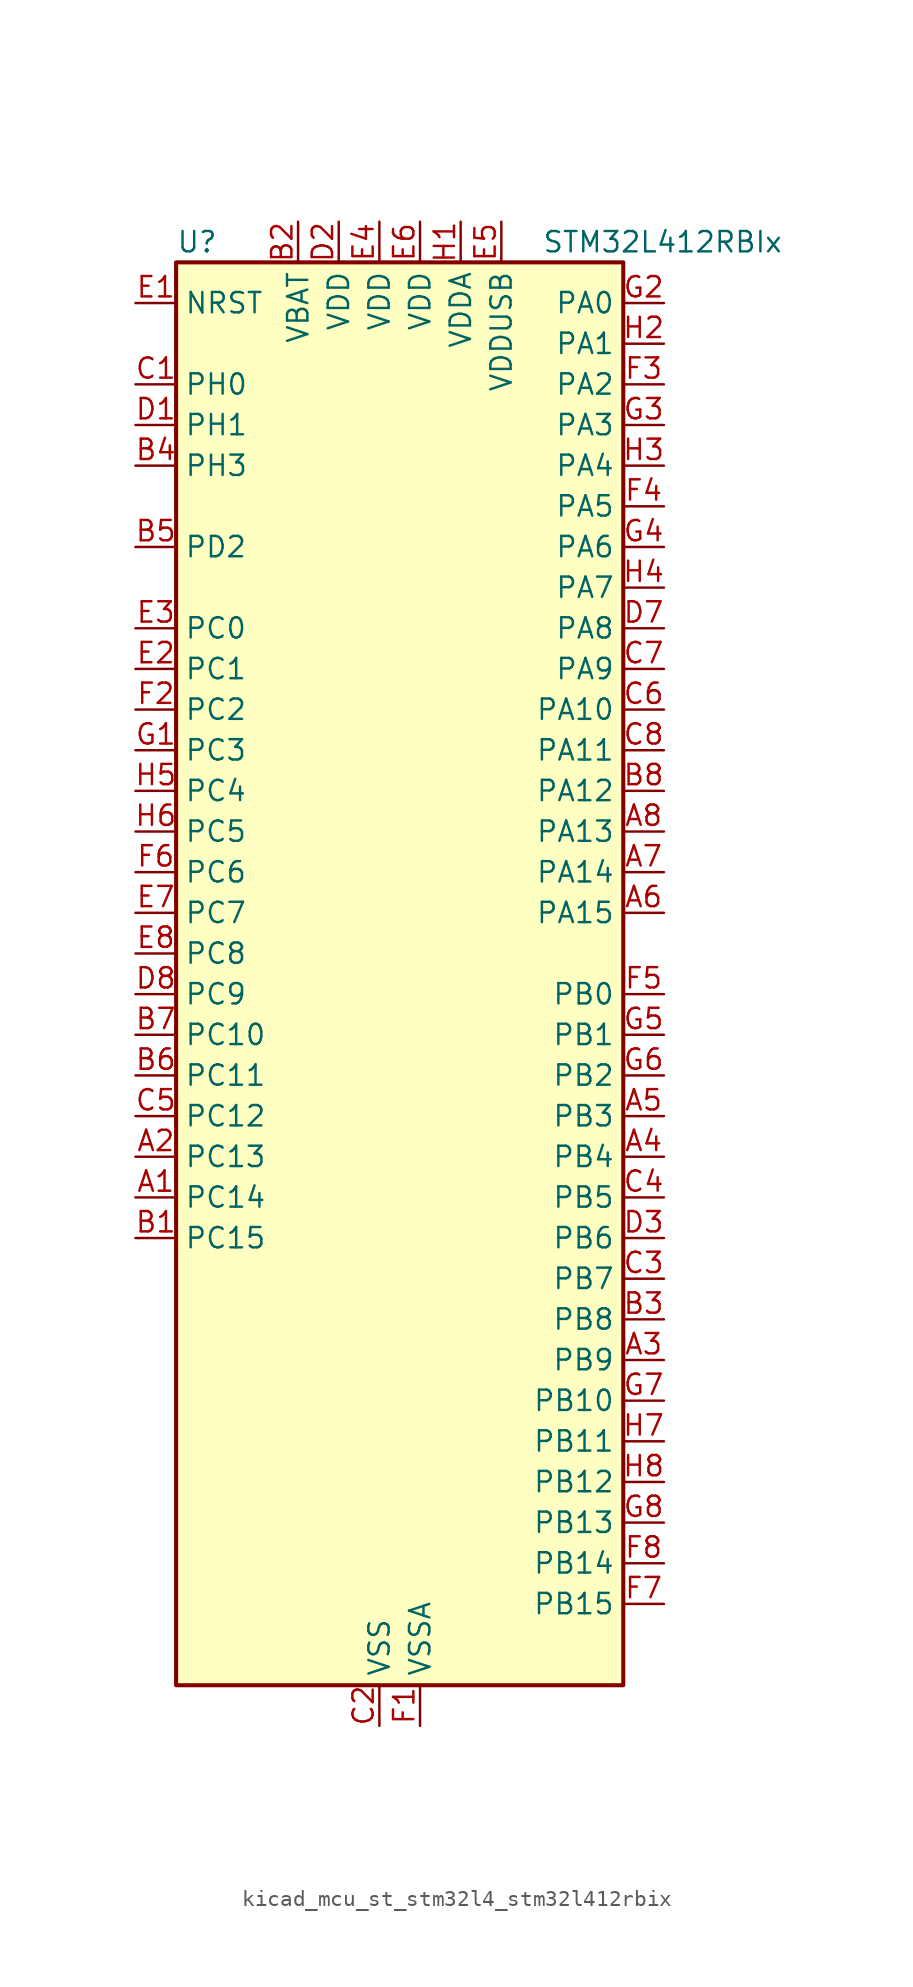
<source format=kicad_sym>
(kicad_symbol_lib
  (version 20220914)
  (generator kicad_symbol_editor)
  (symbol "kicad_mcu_st_stm32l4_stm32l412rbix"
    (property "Reference" "U"
      (at -12.7 46.99 0)
      (effects (font (size 1.27 1.27)) (justify left)))
    (property "Value" "STM32L412RBIx"
      (at 10.16 46.99 0)
      (effects (font (size 1.27 1.27)) (justify left)))
    (property "ki_locked" ""
      (at 0 0 0)
      (effects (font (size 1.27 1.27))))
    (symbol "kicad_mcu_st_stm32l4_stm32l412rbix_0_1"
      (rectangle (start -12.7 -43.18) (end 15.24 45.72) (stroke (width 0.254) (type default)) (fill (type background))))
    (symbol "kicad_mcu_st_stm32l4_stm32l412rbix_1_1"
      (pin bidirectional line (at -15.24 -12.7 0) (length 2.54) (name "PC14" (effects (font (size 1.27 1.27)))) (number "A1" (effects (font (size 1.27 1.27)))) (alternate "RCC_OSC32_IN" bidirectional line))
      (pin bidirectional line (at -15.24 -10.16 0) (length 2.54) (name "PC13" (effects (font (size 1.27 1.27)))) (number "A2" (effects (font (size 1.27 1.27)))) (alternate "RTC_OUT_ALARM" bidirectional line) (alternate "RTC_OUT_CALIB" bidirectional line) (alternate "RTC_TAMP1" bidirectional line) (alternate "RTC_TS" bidirectional line) (alternate "SYS_WKUP2" bidirectional line))
      (pin bidirectional line (at 17.78 -22.86 180) (length 2.54) (name "PB9" (effects (font (size 1.27 1.27)))) (number "A3" (effects (font (size 1.27 1.27)))) (alternate "I2C1_SDA" bidirectional line) (alternate "IR_OUT" bidirectional line) (alternate "SPI2_NSS" bidirectional line))
      (pin bidirectional line (at 17.78 -10.16 180) (length 2.54) (name "PB4" (effects (font (size 1.27 1.27)))) (number "A4" (effects (font (size 1.27 1.27)))) (alternate "I2C3_SDA" bidirectional line) (alternate "SPI1_MISO" bidirectional line) (alternate "SYS_JTRST" bidirectional line) (alternate "TSC_G2_IO1" bidirectional line) (alternate "USART1_CTS" bidirectional line))
      (pin bidirectional line (at 17.78 -7.62 180) (length 2.54) (name "PB3" (effects (font (size 1.27 1.27)))) (number "A5" (effects (font (size 1.27 1.27)))) (alternate "SPI1_SCK" bidirectional line) (alternate "SYS_JTDO-SWO" bidirectional line) (alternate "TIM2_CH2" bidirectional line) (alternate "USART1_DE" bidirectional line) (alternate "USART1_RTS" bidirectional line))
      (pin bidirectional line (at 17.78 5.08 180) (length 2.54) (name "PA15" (effects (font (size 1.27 1.27)))) (number "A6" (effects (font (size 1.27 1.27)))) (alternate "ADC1_EXTI15" bidirectional line) (alternate "ADC2_EXTI15" bidirectional line) (alternate "SPI1_NSS" bidirectional line) (alternate "SYS_JTDI" bidirectional line) (alternate "TIM2_CH1" bidirectional line) (alternate "TIM2_ETR" bidirectional line) (alternate "TSC_G3_IO1" bidirectional line) (alternate "USART2_RX" bidirectional line) (alternate "USART3_DE" bidirectional line) (alternate "USART3_RTS" bidirectional line))
      (pin bidirectional line (at 17.78 7.62 180) (length 2.54) (name "PA14" (effects (font (size 1.27 1.27)))) (number "A7" (effects (font (size 1.27 1.27)))) (alternate "I2C1_SMBA" bidirectional line) (alternate "LPTIM1_OUT" bidirectional line) (alternate "SYS_JTCK-SWCLK" bidirectional line))
      (pin bidirectional line (at 17.78 10.16 180) (length 2.54) (name "PA13" (effects (font (size 1.27 1.27)))) (number "A8" (effects (font (size 1.27 1.27)))) (alternate "IR_OUT" bidirectional line) (alternate "SYS_JTMS-SWDIO" bidirectional line) (alternate "USB_NOE" bidirectional line))
      (pin bidirectional line (at -15.24 -15.24 0) (length 2.54) (name "PC15" (effects (font (size 1.27 1.27)))) (number "B1" (effects (font (size 1.27 1.27)))) (alternate "ADC1_EXTI15" bidirectional line) (alternate "ADC2_EXTI15" bidirectional line) (alternate "RCC_OSC32_OUT" bidirectional line))
      (pin power_in line (at -5.08 48.26 270) (length 2.54) (name "VBAT" (effects (font (size 1.27 1.27)))) (number "B2" (effects (font (size 1.27 1.27)))))
      (pin bidirectional line (at 17.78 -20.32 180) (length 2.54) (name "PB8" (effects (font (size 1.27 1.27)))) (number "B3" (effects (font (size 1.27 1.27)))) (alternate "I2C1_SCL" bidirectional line) (alternate "TIM16_CH1" bidirectional line))
      (pin bidirectional line (at -15.24 33.02 0) (length 2.54) (name "PH3" (effects (font (size 1.27 1.27)))) (number "B4" (effects (font (size 1.27 1.27)))))
      (pin bidirectional line (at -15.24 27.94 0) (length 2.54) (name "PD2" (effects (font (size 1.27 1.27)))) (number "B5" (effects (font (size 1.27 1.27)))) (alternate "SYS_TRACED2" bidirectional line) (alternate "TSC_SYNC" bidirectional line) (alternate "USART3_DE" bidirectional line) (alternate "USART3_RTS" bidirectional line))
      (pin bidirectional line (at -15.24 -5.08 0) (length 2.54) (name "PC11" (effects (font (size 1.27 1.27)))) (number "B6" (effects (font (size 1.27 1.27)))) (alternate "ADC1_EXTI11" bidirectional line) (alternate "ADC2_EXTI11" bidirectional line) (alternate "TSC_G3_IO3" bidirectional line) (alternate "USART3_RX" bidirectional line))
      (pin bidirectional line (at -15.24 -2.54 0) (length 2.54) (name "PC10" (effects (font (size 1.27 1.27)))) (number "B7" (effects (font (size 1.27 1.27)))) (alternate "SYS_TRACED1" bidirectional line) (alternate "TSC_G3_IO2" bidirectional line) (alternate "USART3_TX" bidirectional line))
      (pin bidirectional line (at 17.78 12.7 180) (length 2.54) (name "PA12" (effects (font (size 1.27 1.27)))) (number "B8" (effects (font (size 1.27 1.27)))) (alternate "SPI1_MOSI" bidirectional line) (alternate "TIM1_ETR" bidirectional line) (alternate "USART1_DE" bidirectional line) (alternate "USART1_RTS" bidirectional line) (alternate "USB_DP" bidirectional line))
      (pin bidirectional line (at -15.24 38.1 0) (length 2.54) (name "PH0" (effects (font (size 1.27 1.27)))) (number "C1" (effects (font (size 1.27 1.27)))) (alternate "RCC_OSC_IN" bidirectional line))
      (pin power_in line (at 0 -45.72 90) (length 2.54) (name "VSS" (effects (font (size 1.27 1.27)))) (number "C2" (effects (font (size 1.27 1.27)))))
      (pin bidirectional line (at 17.78 -17.78 180) (length 2.54) (name "PB7" (effects (font (size 1.27 1.27)))) (number "C3" (effects (font (size 1.27 1.27)))) (alternate "I2C1_SDA" bidirectional line) (alternate "LPTIM1_IN2" bidirectional line) (alternate "SYS_PVD_IN" bidirectional line) (alternate "SYS_TRACECLK" bidirectional line) (alternate "TSC_G2_IO4" bidirectional line) (alternate "USART1_RX" bidirectional line))
      (pin bidirectional line (at 17.78 -12.7 180) (length 2.54) (name "PB5" (effects (font (size 1.27 1.27)))) (number "C4" (effects (font (size 1.27 1.27)))) (alternate "I2C1_SMBA" bidirectional line) (alternate "LPTIM1_IN1" bidirectional line) (alternate "SPI1_MOSI" bidirectional line) (alternate "SYS_TRACED2" bidirectional line) (alternate "TIM16_BKIN" bidirectional line) (alternate "TSC_G2_IO2" bidirectional line) (alternate "USART1_CK" bidirectional line))
      (pin bidirectional line (at -15.24 -7.62 0) (length 2.54) (name "PC12" (effects (font (size 1.27 1.27)))) (number "C5" (effects (font (size 1.27 1.27)))) (alternate "SYS_TRACED3" bidirectional line) (alternate "TSC_G3_IO4" bidirectional line) (alternate "USART3_CK" bidirectional line))
      (pin bidirectional line (at 17.78 17.78 180) (length 2.54) (name "PA10" (effects (font (size 1.27 1.27)))) (number "C6" (effects (font (size 1.27 1.27)))) (alternate "CRS_SYNC" bidirectional line) (alternate "I2C1_SDA" bidirectional line) (alternate "TIM1_CH3" bidirectional line) (alternate "USART1_RX" bidirectional line))
      (pin bidirectional line (at 17.78 20.32 180) (length 2.54) (name "PA9" (effects (font (size 1.27 1.27)))) (number "C7" (effects (font (size 1.27 1.27)))) (alternate "I2C1_SCL" bidirectional line) (alternate "TIM15_BKIN" bidirectional line) (alternate "TIM1_CH2" bidirectional line) (alternate "USART1_TX" bidirectional line))
      (pin bidirectional line (at 17.78 15.24 180) (length 2.54) (name "PA11" (effects (font (size 1.27 1.27)))) (number "C8" (effects (font (size 1.27 1.27)))) (alternate "ADC1_EXTI11" bidirectional line) (alternate "ADC2_EXTI11" bidirectional line) (alternate "COMP1_OUT" bidirectional line) (alternate "SPI1_MISO" bidirectional line) (alternate "TIM1_BKIN2" bidirectional line) (alternate "TIM1_BKIN2_COMP1" bidirectional line) (alternate "TIM1_CH4" bidirectional line) (alternate "USART1_CTS" bidirectional line) (alternate "USB_DM" bidirectional line))
      (pin bidirectional line (at -15.24 35.56 0) (length 2.54) (name "PH1" (effects (font (size 1.27 1.27)))) (number "D1" (effects (font (size 1.27 1.27)))) (alternate "RCC_OSC_OUT" bidirectional line))
      (pin power_in line (at -2.54 48.26 270) (length 2.54) (name "VDD" (effects (font (size 1.27 1.27)))) (number "D2" (effects (font (size 1.27 1.27)))))
      (pin bidirectional line (at 17.78 -15.24 180) (length 2.54) (name "PB6" (effects (font (size 1.27 1.27)))) (number "D3" (effects (font (size 1.27 1.27)))) (alternate "I2C1_SCL" bidirectional line) (alternate "LPTIM1_ETR" bidirectional line) (alternate "SYS_TRACED3" bidirectional line) (alternate "TIM16_CH1N" bidirectional line) (alternate "TSC_G2_IO3" bidirectional line) (alternate "USART1_TX" bidirectional line))
      (pin passive line (at 0 -45.72 90) (length 2.54) hide (name "VSS" (effects (font (size 1.27 1.27)))) (number "D4" (effects (font (size 1.27 1.27)))))
      (pin passive line (at 0 -45.72 90) (length 2.54) hide (name "VSS" (effects (font (size 1.27 1.27)))) (number "D5" (effects (font (size 1.27 1.27)))))
      (pin passive line (at 0 -45.72 90) (length 2.54) hide (name "VSS" (effects (font (size 1.27 1.27)))) (number "D6" (effects (font (size 1.27 1.27)))))
      (pin bidirectional line (at 17.78 22.86 180) (length 2.54) (name "PA8" (effects (font (size 1.27 1.27)))) (number "D7" (effects (font (size 1.27 1.27)))) (alternate "LPTIM2_OUT" bidirectional line) (alternate "RCC_MCO" bidirectional line) (alternate "TIM1_CH1" bidirectional line) (alternate "USART1_CK" bidirectional line))
      (pin bidirectional line (at -15.24 0 0) (length 2.54) (name "PC9" (effects (font (size 1.27 1.27)))) (number "D8" (effects (font (size 1.27 1.27)))) (alternate "TSC_G4_IO4" bidirectional line) (alternate "USB_NOE" bidirectional line))
      (pin input line (at -15.24 43.18 0) (length 2.54) (name "NRST" (effects (font (size 1.27 1.27)))) (number "E1" (effects (font (size 1.27 1.27)))))
      (pin bidirectional line (at -15.24 20.32 0) (length 2.54) (name "PC1" (effects (font (size 1.27 1.27)))) (number "E2" (effects (font (size 1.27 1.27)))) (alternate "ADC1_IN2" bidirectional line) (alternate "ADC2_IN2" bidirectional line) (alternate "I2C3_SDA" bidirectional line) (alternate "LPTIM1_OUT" bidirectional line) (alternate "LPUART1_TX" bidirectional line) (alternate "SYS_TRACED0" bidirectional line))
      (pin bidirectional line (at -15.24 22.86 0) (length 2.54) (name "PC0" (effects (font (size 1.27 1.27)))) (number "E3" (effects (font (size 1.27 1.27)))) (alternate "ADC1_IN1" bidirectional line) (alternate "ADC2_IN1" bidirectional line) (alternate "I2C3_SCL" bidirectional line) (alternate "LPTIM1_IN1" bidirectional line) (alternate "LPTIM2_IN1" bidirectional line) (alternate "LPUART1_RX" bidirectional line) (alternate "SYS_TRACECLK" bidirectional line))
      (pin power_in line (at 0 48.26 270) (length 2.54) (name "VDD" (effects (font (size 1.27 1.27)))) (number "E4" (effects (font (size 1.27 1.27)))))
      (pin power_in line (at 7.62 48.26 270) (length 2.54) (name "VDDUSB" (effects (font (size 1.27 1.27)))) (number "E5" (effects (font (size 1.27 1.27)))))
      (pin power_in line (at 2.54 48.26 270) (length 2.54) (name "VDD" (effects (font (size 1.27 1.27)))) (number "E6" (effects (font (size 1.27 1.27)))))
      (pin bidirectional line (at -15.24 5.08 0) (length 2.54) (name "PC7" (effects (font (size 1.27 1.27)))) (number "E7" (effects (font (size 1.27 1.27)))) (alternate "TSC_G4_IO2" bidirectional line))
      (pin bidirectional line (at -15.24 2.54 0) (length 2.54) (name "PC8" (effects (font (size 1.27 1.27)))) (number "E8" (effects (font (size 1.27 1.27)))) (alternate "TSC_G4_IO3" bidirectional line))
      (pin power_in line (at 2.54 -45.72 90) (length 2.54) (name "VSSA" (effects (font (size 1.27 1.27)))) (number "F1" (effects (font (size 1.27 1.27)))))
      (pin bidirectional line (at -15.24 17.78 0) (length 2.54) (name "PC2" (effects (font (size 1.27 1.27)))) (number "F2" (effects (font (size 1.27 1.27)))) (alternate "ADC1_IN3" bidirectional line) (alternate "ADC2_IN3" bidirectional line) (alternate "LPTIM1_IN2" bidirectional line) (alternate "SPI2_MISO" bidirectional line))
      (pin bidirectional line (at 17.78 38.1 180) (length 2.54) (name "PA2" (effects (font (size 1.27 1.27)))) (number "F3" (effects (font (size 1.27 1.27)))) (alternate "ADC1_IN7" bidirectional line) (alternate "ADC2_IN7" bidirectional line) (alternate "LPUART1_TX" bidirectional line) (alternate "QUADSPI_BK1_NCS" bidirectional line) (alternate "RCC_LSCO" bidirectional line) (alternate "SYS_WKUP4" bidirectional line) (alternate "TIM15_CH1" bidirectional line) (alternate "TIM2_CH3" bidirectional line) (alternate "USART2_TX" bidirectional line))
      (pin bidirectional line (at 17.78 30.48 180) (length 2.54) (name "PA5" (effects (font (size 1.27 1.27)))) (number "F4" (effects (font (size 1.27 1.27)))) (alternate "ADC1_IN10" bidirectional line) (alternate "ADC2_IN10" bidirectional line) (alternate "COMP1_INM" bidirectional line) (alternate "LPTIM2_ETR" bidirectional line) (alternate "SPI1_SCK" bidirectional line) (alternate "TIM2_CH1" bidirectional line) (alternate "TIM2_ETR" bidirectional line))
      (pin bidirectional line (at 17.78 0 180) (length 2.54) (name "PB0" (effects (font (size 1.27 1.27)))) (number "F5" (effects (font (size 1.27 1.27)))) (alternate "ADC1_IN15" bidirectional line) (alternate "ADC2_IN15" bidirectional line) (alternate "COMP1_OUT" bidirectional line) (alternate "QUADSPI_BK1_IO1" bidirectional line) (alternate "SPI1_NSS" bidirectional line) (alternate "SYS_TRACED0" bidirectional line) (alternate "TIM1_CH2N" bidirectional line) (alternate "USART3_CK" bidirectional line))
      (pin bidirectional line (at -15.24 7.62 0) (length 2.54) (name "PC6" (effects (font (size 1.27 1.27)))) (number "F6" (effects (font (size 1.27 1.27)))) (alternate "TSC_G4_IO1" bidirectional line))
      (pin bidirectional line (at 17.78 -38.1 180) (length 2.54) (name "PB15" (effects (font (size 1.27 1.27)))) (number "F7" (effects (font (size 1.27 1.27)))) (alternate "ADC1_EXTI15" bidirectional line) (alternate "ADC2_EXTI15" bidirectional line) (alternate "RTC_REFIN" bidirectional line) (alternate "SPI2_MOSI" bidirectional line) (alternate "TIM15_CH2" bidirectional line) (alternate "TIM1_CH3N" bidirectional line) (alternate "TSC_G1_IO4" bidirectional line))
      (pin bidirectional line (at 17.78 -35.56 180) (length 2.54) (name "PB14" (effects (font (size 1.27 1.27)))) (number "F8" (effects (font (size 1.27 1.27)))) (alternate "I2C2_SDA" bidirectional line) (alternate "SPI2_MISO" bidirectional line) (alternate "TIM15_CH1" bidirectional line) (alternate "TIM1_CH2N" bidirectional line) (alternate "TSC_G1_IO3" bidirectional line) (alternate "USART3_DE" bidirectional line) (alternate "USART3_RTS" bidirectional line))
      (pin bidirectional line (at -15.24 15.24 0) (length 2.54) (name "PC3" (effects (font (size 1.27 1.27)))) (number "G1" (effects (font (size 1.27 1.27)))) (alternate "ADC1_IN4" bidirectional line) (alternate "ADC2_IN4" bidirectional line) (alternate "LPTIM1_ETR" bidirectional line) (alternate "LPTIM2_ETR" bidirectional line) (alternate "SPI2_MOSI" bidirectional line))
      (pin bidirectional line (at 17.78 43.18 180) (length 2.54) (name "PA0" (effects (font (size 1.27 1.27)))) (number "G2" (effects (font (size 1.27 1.27)))) (alternate "ADC1_IN5" bidirectional line) (alternate "COMP1_INM" bidirectional line) (alternate "COMP1_OUT" bidirectional line) (alternate "OPAMP1_VINP" bidirectional line) (alternate "RTC_TAMP2" bidirectional line) (alternate "SYS_WKUP1" bidirectional line) (alternate "TIM2_CH1" bidirectional line) (alternate "TIM2_ETR" bidirectional line) (alternate "USART2_CTS" bidirectional line))
      (pin bidirectional line (at 17.78 35.56 180) (length 2.54) (name "PA3" (effects (font (size 1.27 1.27)))) (number "G3" (effects (font (size 1.27 1.27)))) (alternate "ADC1_IN8" bidirectional line) (alternate "ADC2_IN8" bidirectional line) (alternate "LPUART1_RX" bidirectional line) (alternate "OPAMP1_VOUT" bidirectional line) (alternate "QUADSPI_CLK" bidirectional line) (alternate "TIM15_CH2" bidirectional line) (alternate "TIM2_CH4" bidirectional line) (alternate "USART2_RX" bidirectional line))
      (pin bidirectional line (at 17.78 27.94 180) (length 2.54) (name "PA6" (effects (font (size 1.27 1.27)))) (number "G4" (effects (font (size 1.27 1.27)))) (alternate "ADC1_IN11" bidirectional line) (alternate "ADC2_IN11" bidirectional line) (alternate "COMP1_OUT" bidirectional line) (alternate "LPUART1_CTS" bidirectional line) (alternate "QUADSPI_BK1_IO3" bidirectional line) (alternate "SPI1_MISO" bidirectional line) (alternate "TIM16_CH1" bidirectional line) (alternate "TIM1_BKIN" bidirectional line) (alternate "USART3_CTS" bidirectional line))
      (pin bidirectional line (at 17.78 -2.54 180) (length 2.54) (name "PB1" (effects (font (size 1.27 1.27)))) (number "G5" (effects (font (size 1.27 1.27)))) (alternate "ADC1_IN16" bidirectional line) (alternate "ADC2_IN16" bidirectional line) (alternate "COMP1_INM" bidirectional line) (alternate "LPTIM2_IN1" bidirectional line) (alternate "LPUART1_DE" bidirectional line) (alternate "LPUART1_RTS" bidirectional line) (alternate "QUADSPI_BK1_IO0" bidirectional line) (alternate "SYS_TRACED1" bidirectional line) (alternate "TIM1_CH3N" bidirectional line) (alternate "USART3_DE" bidirectional line) (alternate "USART3_RTS" bidirectional line))
      (pin bidirectional line (at 17.78 -5.08 180) (length 2.54) (name "PB2" (effects (font (size 1.27 1.27)))) (number "G6" (effects (font (size 1.27 1.27)))) (alternate "COMP1_INP" bidirectional line) (alternate "I2C3_SMBA" bidirectional line) (alternate "LPTIM1_OUT" bidirectional line) (alternate "RTC_OUT_ALARM" bidirectional line) (alternate "RTC_OUT_CALIB" bidirectional line))
      (pin bidirectional line (at 17.78 -25.4 180) (length 2.54) (name "PB10" (effects (font (size 1.27 1.27)))) (number "G7" (effects (font (size 1.27 1.27)))) (alternate "COMP1_OUT" bidirectional line) (alternate "I2C2_SCL" bidirectional line) (alternate "LPUART1_RX" bidirectional line) (alternate "QUADSPI_CLK" bidirectional line) (alternate "SPI2_SCK" bidirectional line) (alternate "TIM2_CH3" bidirectional line) (alternate "TSC_SYNC" bidirectional line) (alternate "USART3_TX" bidirectional line))
      (pin bidirectional line (at 17.78 -33.02 180) (length 2.54) (name "PB13" (effects (font (size 1.27 1.27)))) (number "G8" (effects (font (size 1.27 1.27)))) (alternate "I2C2_SCL" bidirectional line) (alternate "LPUART1_CTS" bidirectional line) (alternate "SPI2_SCK" bidirectional line) (alternate "TIM15_CH1N" bidirectional line) (alternate "TIM1_CH1N" bidirectional line) (alternate "TSC_G1_IO2" bidirectional line) (alternate "USART3_CTS" bidirectional line))
      (pin power_in line (at 5.08 48.26 270) (length 2.54) (name "VDDA" (effects (font (size 1.27 1.27)))) (number "H1" (effects (font (size 1.27 1.27)))))
      (pin bidirectional line (at 17.78 40.64 180) (length 2.54) (name "PA1" (effects (font (size 1.27 1.27)))) (number "H2" (effects (font (size 1.27 1.27)))) (alternate "ADC1_IN6" bidirectional line) (alternate "COMP1_INP" bidirectional line) (alternate "I2C1_SMBA" bidirectional line) (alternate "OPAMP1_VINM" bidirectional line) (alternate "SPI1_SCK" bidirectional line) (alternate "TIM15_CH1N" bidirectional line) (alternate "TIM2_CH2" bidirectional line) (alternate "USART2_DE" bidirectional line) (alternate "USART2_RTS" bidirectional line))
      (pin bidirectional line (at 17.78 33.02 180) (length 2.54) (name "PA4" (effects (font (size 1.27 1.27)))) (number "H3" (effects (font (size 1.27 1.27)))) (alternate "ADC1_IN9" bidirectional line) (alternate "ADC2_IN9" bidirectional line) (alternate "COMP1_INM" bidirectional line) (alternate "LPTIM2_OUT" bidirectional line) (alternate "SPI1_NSS" bidirectional line) (alternate "USART2_CK" bidirectional line))
      (pin bidirectional line (at 17.78 25.4 180) (length 2.54) (name "PA7" (effects (font (size 1.27 1.27)))) (number "H4" (effects (font (size 1.27 1.27)))) (alternate "ADC1_IN12" bidirectional line) (alternate "ADC2_IN12" bidirectional line) (alternate "I2C3_SCL" bidirectional line) (alternate "QUADSPI_BK1_IO2" bidirectional line) (alternate "SPI1_MOSI" bidirectional line) (alternate "TIM1_CH1N" bidirectional line))
      (pin bidirectional line (at -15.24 12.7 0) (length 2.54) (name "PC4" (effects (font (size 1.27 1.27)))) (number "H5" (effects (font (size 1.27 1.27)))) (alternate "ADC1_IN13" bidirectional line) (alternate "ADC2_IN13" bidirectional line) (alternate "COMP1_INM" bidirectional line) (alternate "USART3_TX" bidirectional line))
      (pin bidirectional line (at -15.24 10.16 0) (length 2.54) (name "PC5" (effects (font (size 1.27 1.27)))) (number "H6" (effects (font (size 1.27 1.27)))) (alternate "ADC1_IN14" bidirectional line) (alternate "ADC2_IN14" bidirectional line) (alternate "COMP1_INP" bidirectional line) (alternate "SYS_WKUP5" bidirectional line) (alternate "USART3_RX" bidirectional line))
      (pin bidirectional line (at 17.78 -27.94 180) (length 2.54) (name "PB11" (effects (font (size 1.27 1.27)))) (number "H7" (effects (font (size 1.27 1.27)))) (alternate "ADC1_EXTI11" bidirectional line) (alternate "ADC2_EXTI11" bidirectional line) (alternate "I2C2_SDA" bidirectional line) (alternate "LPUART1_TX" bidirectional line) (alternate "QUADSPI_BK1_NCS" bidirectional line) (alternate "TIM2_CH4" bidirectional line) (alternate "USART3_RX" bidirectional line))
      (pin bidirectional line (at 17.78 -30.48 180) (length 2.54) (name "PB12" (effects (font (size 1.27 1.27)))) (number "H8" (effects (font (size 1.27 1.27)))) (alternate "I2C2_SMBA" bidirectional line) (alternate "LPUART1_DE" bidirectional line) (alternate "LPUART1_RTS" bidirectional line) (alternate "SPI2_NSS" bidirectional line) (alternate "TIM15_BKIN" bidirectional line) (alternate "TIM1_BKIN" bidirectional line) (alternate "TSC_G1_IO1" bidirectional line) (alternate "USART3_CK" bidirectional line)))))
</source>
